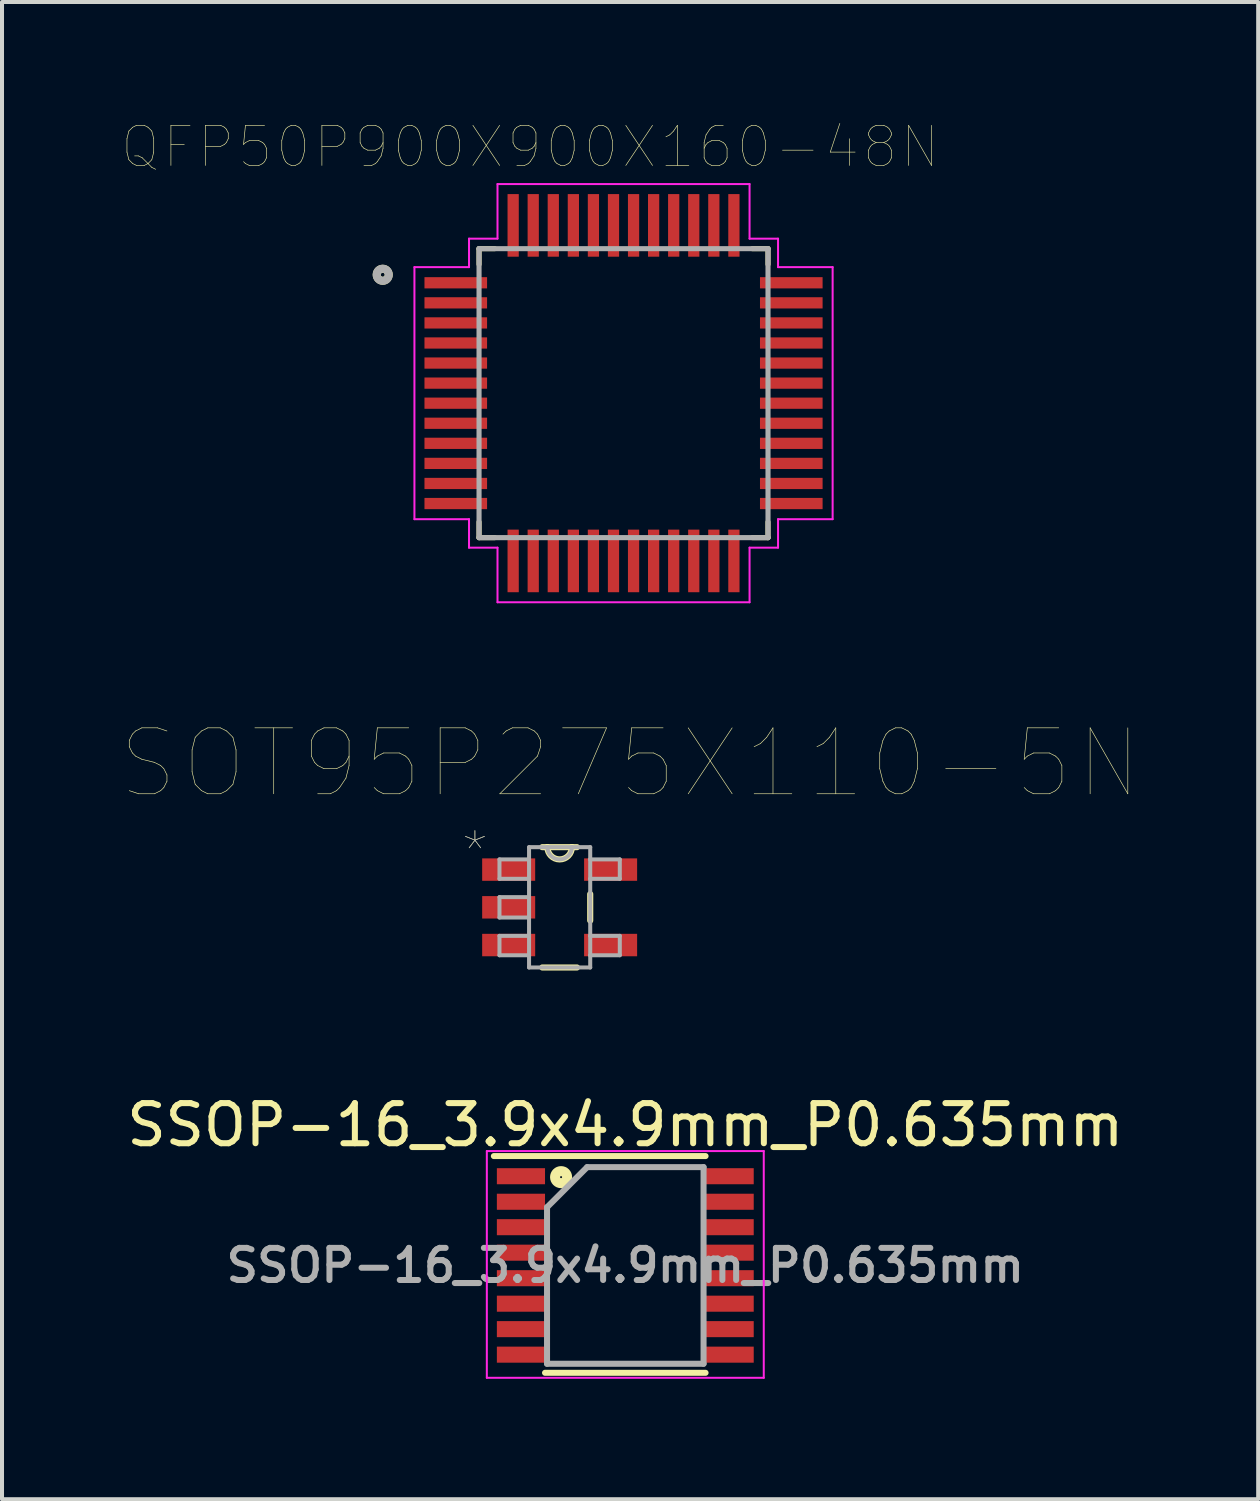
<source format=kicad_pcb>
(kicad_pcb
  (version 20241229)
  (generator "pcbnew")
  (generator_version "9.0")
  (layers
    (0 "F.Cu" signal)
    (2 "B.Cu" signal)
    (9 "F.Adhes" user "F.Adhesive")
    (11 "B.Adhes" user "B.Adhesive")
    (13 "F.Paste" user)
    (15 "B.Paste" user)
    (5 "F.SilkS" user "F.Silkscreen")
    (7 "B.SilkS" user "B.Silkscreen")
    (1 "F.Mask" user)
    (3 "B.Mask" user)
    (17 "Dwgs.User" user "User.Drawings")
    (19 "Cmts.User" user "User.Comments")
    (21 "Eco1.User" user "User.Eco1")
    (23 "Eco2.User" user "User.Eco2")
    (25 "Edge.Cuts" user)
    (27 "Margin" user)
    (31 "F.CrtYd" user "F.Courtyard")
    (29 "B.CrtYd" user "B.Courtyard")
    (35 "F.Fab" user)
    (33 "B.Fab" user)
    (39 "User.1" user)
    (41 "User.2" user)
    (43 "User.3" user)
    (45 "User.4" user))
  (footprint "SSOP-16_3.9x4.9mm_P0.635mm"
    (layer "F.Cu")
    (at 12.53 28.48)
    (property "Reference" "SSOP-16_3.9x4.9mm_P0.635mm" (at 0 -3.5 0) (layer "F.SilkS") (effects (font (size 1 1) (thickness 0.15))))
    (attr smd)
    (fp_line (start -3.275 -2.725) (end 2 -2.725) (stroke (width 0.15) (type solid)) (layer "F.SilkS"))
    (fp_line (start -2 2.675) (end 2 2.675) (stroke (width 0.15) (type solid)) (layer "F.SilkS"))
    (fp_circle (center -1.6 -2.2) (end -1.45 -2.2) (stroke (width 0.25) (type solid)) (fill no) (layer "F.SilkS"))
    (fp_line (start -3.45 -2.85) (end -3.45 2.8) (stroke (width 0.05) (type solid)) (layer "F.CrtYd"))
    (fp_line (start -3.45 -2.85) (end 3.45 -2.85) (stroke (width 0.05) (type solid)) (layer "F.CrtYd"))
    (fp_line (start -3.45 2.8) (end 3.45 2.8) (stroke (width 0.05) (type solid)) (layer "F.CrtYd"))
    (fp_line (start 3.45 -2.85) (end 3.45 2.8) (stroke (width 0.05) (type solid)) (layer "F.CrtYd"))
    (fp_line (start -1.95 -1.45) (end -0.95 -2.45) (stroke (width 0.15) (type solid)) (layer "F.Fab"))
    (fp_line (start -1.95 2.45) (end -1.95 -1.45) (stroke (width 0.15) (type solid)) (layer "F.Fab"))
    (fp_line (start -0.95 -2.45) (end 1.95 -2.45) (stroke (width 0.15) (type solid)) (layer "F.Fab"))
    (fp_line (start 1.95 -2.45) (end 1.95 2.45) (stroke (width 0.15) (type solid)) (layer "F.Fab"))
    (fp_line (start 1.95 2.45) (end -1.95 2.45) (stroke (width 0.15) (type solid)) (layer "F.Fab"))
    (fp_text user "${REFERENCE}" (at 0 0 0) (layer "F.Fab") (effects (font (size 0.8 0.8) (thickness 0.15))))
    (pad "1" smd rect (at -2.6 -2.223) (size 1.2 0.4) (layers "F.Cu" "F.Mask" "F.Paste"))
    (pad "2" smd rect (at -2.6 -1.587) (size 1.2 0.4) (layers "F.Cu" "F.Mask" "F.Paste"))
    (pad "3" smd rect (at -2.6 -0.953) (size 1.2 0.4) (layers "F.Cu" "F.Mask" "F.Paste"))
    (pad "4" smd rect (at -2.6 -0.318) (size 1.2 0.4) (layers "F.Cu" "F.Mask" "F.Paste"))
    (pad "5" smd rect (at -2.6 0.318) (size 1.2 0.4) (layers "F.Cu" "F.Mask" "F.Paste"))
    (pad "6" smd rect (at -2.6 0.953) (size 1.2 0.4) (layers "F.Cu" "F.Mask" "F.Paste"))
    (pad "7" smd rect (at -2.6 1.587) (size 1.2 0.4) (layers "F.Cu" "F.Mask" "F.Paste"))
    (pad "8" smd rect (at -2.6 2.223) (size 1.2 0.4) (layers "F.Cu" "F.Mask" "F.Paste"))
    (pad "9" smd rect (at 2.6 2.223) (size 1.2 0.4) (layers "F.Cu" "F.Mask" "F.Paste"))
    (pad "10" smd rect (at 2.6 1.587) (size 1.2 0.4) (layers "F.Cu" "F.Mask" "F.Paste"))
    (pad "11" smd rect (at 2.6 0.953) (size 1.2 0.4) (layers "F.Cu" "F.Mask" "F.Paste"))
    (pad "12" smd rect (at 2.6 0.318) (size 1.2 0.4) (layers "F.Cu" "F.Mask" "F.Paste"))
    (pad "13" smd rect (at 2.6 -0.318) (size 1.2 0.4) (layers "F.Cu" "F.Mask" "F.Paste"))
    (pad "14" smd rect (at 2.6 -0.953) (size 1.2 0.4) (layers "F.Cu" "F.Mask" "F.Paste"))
    (pad "15" smd rect (at 2.6 -1.587) (size 1.2 0.4) (layers "F.Cu" "F.Mask" "F.Paste"))
    (pad "16" smd rect (at 2.6 -2.223) (size 1.2 0.4) (layers "F.Cu" "F.Mask" "F.Paste")))
  (footprint "SOT95P275X110-5N"
    (layer "F.Cu")
    (at 10.894 19.557)
    (property "Reference" "SOT95P275X110-5N" (at 1.756 -3.588 0) (layer "F.SilkS") (effects (font (size 1.643 1.643) (thickness 0.015))))
    (attr through_hole)
    (fp_line (start -0.432 1.499) (end 0.432 1.499) (stroke (width 0.152) (type solid)) (layer "F.SilkS"))
    (fp_line (start -0.305 -1.499) (end -0.432 -1.499) (stroke (width 0.152) (type solid)) (layer "F.SilkS"))
    (fp_line (start 0.305 -1.499) (end -0.305 -1.499) (stroke (width 0.152) (type solid)) (layer "F.SilkS"))
    (fp_line (start 0.432 -1.499) (end 0.305 -1.499) (stroke (width 0.152) (type solid)) (layer "F.SilkS"))
    (fp_line (start 0.762 0.33) (end 0.762 -0.33) (stroke (width 0.152) (type solid)) (layer "F.SilkS"))
    (fp_arc (start 0.3048 -1.4986) (mid 0 -1.1938) (end -0.3048 -1.4986) (stroke (width 0.1524) (type solid)) (layer "F.SilkS"))
    (fp_line (start -1.499 -1.194) (end -1.499 -0.711) (stroke (width 0.1) (type solid)) (layer "F.Fab"))
    (fp_line (start -1.499 -0.711) (end -0.762 -0.711) (stroke (width 0.1) (type solid)) (layer "F.Fab"))
    (fp_line (start -1.499 -0.254) (end -1.499 0.254) (stroke (width 0.1) (type solid)) (layer "F.Fab"))
    (fp_line (start -1.499 0.254) (end -0.762 0.254) (stroke (width 0.1) (type solid)) (layer "F.Fab"))
    (fp_line (start -1.499 0.711) (end -1.499 1.194) (stroke (width 0.1) (type solid)) (layer "F.Fab"))
    (fp_line (start -1.499 1.194) (end -0.762 1.194) (stroke (width 0.1) (type solid)) (layer "F.Fab"))
    (fp_line (start -0.762 -1.499) (end -0.762 -1.194) (stroke (width 0.1) (type solid)) (layer "F.Fab"))
    (fp_line (start -0.762 -1.194) (end -1.499 -1.194) (stroke (width 0.1) (type solid)) (layer "F.Fab"))
    (fp_line (start -0.762 -1.194) (end -0.762 -0.711) (stroke (width 0.1) (type solid)) (layer "F.Fab"))
    (fp_line (start -0.762 -0.711) (end -0.762 -0.254) (stroke (width 0.1) (type solid)) (layer "F.Fab"))
    (fp_line (start -0.762 -0.254) (end -1.499 -0.254) (stroke (width 0.1) (type solid)) (layer "F.Fab"))
    (fp_line (start -0.762 -0.254) (end -0.762 0.254) (stroke (width 0.1) (type solid)) (layer "F.Fab"))
    (fp_line (start -0.762 0.254) (end -0.762 0.711) (stroke (width 0.1) (type solid)) (layer "F.Fab"))
    (fp_line (start -0.762 0.711) (end -1.499 0.711) (stroke (width 0.1) (type solid)) (layer "F.Fab"))
    (fp_line (start -0.762 1.194) (end -0.762 0.711) (stroke (width 0.1) (type solid)) (layer "F.Fab"))
    (fp_line (start -0.762 1.499) (end -0.762 1.194) (stroke (width 0.1) (type solid)) (layer "F.Fab"))
    (fp_line (start -0.762 1.499) (end 0.762 1.499) (stroke (width 0.1) (type solid)) (layer "F.Fab"))
    (fp_line (start -0.305 -1.499) (end -0.762 -1.499) (stroke (width 0.1) (type solid)) (layer "F.Fab"))
    (fp_line (start 0.305 -1.499) (end -0.305 -1.499) (stroke (width 0.1) (type solid)) (layer "F.Fab"))
    (fp_line (start 0.762 -1.499) (end 0.305 -1.499) (stroke (width 0.1) (type solid)) (layer "F.Fab"))
    (fp_line (start 0.762 -1.499) (end 0.762 -1.194) (stroke (width 0.1) (type solid)) (layer "F.Fab"))
    (fp_line (start 0.762 -1.194) (end 0.762 -0.711) (stroke (width 0.1) (type solid)) (layer "F.Fab"))
    (fp_line (start 0.762 -0.711) (end 1.499 -0.711) (stroke (width 0.1) (type solid)) (layer "F.Fab"))
    (fp_line (start 0.762 0.711) (end 0.762 -0.711) (stroke (width 0.1) (type solid)) (layer "F.Fab"))
    (fp_line (start 0.762 1.194) (end 0.762 0.711) (stroke (width 0.1) (type solid)) (layer "F.Fab"))
    (fp_line (start 0.762 1.194) (end 1.499 1.194) (stroke (width 0.1) (type solid)) (layer "F.Fab"))
    (fp_line (start 0.762 1.499) (end 0.762 1.194) (stroke (width 0.1) (type solid)) (layer "F.Fab"))
    (fp_line (start 1.499 -1.194) (end 0.762 -1.194) (stroke (width 0.1) (type solid)) (layer "F.Fab"))
    (fp_line (start 1.499 -0.711) (end 1.499 -1.194) (stroke (width 0.1) (type solid)) (layer "F.Fab"))
    (fp_line (start 1.499 0.711) (end 0.762 0.711) (stroke (width 0.1) (type solid)) (layer "F.Fab"))
    (fp_line (start 1.499 1.194) (end 1.499 0.711) (stroke (width 0.1) (type solid)) (layer "F.Fab"))
    (fp_arc (start 0.3048 -1.4986) (mid 0 -1.1938) (end -0.3048 -1.4986) (stroke (width 0.1) (type solid)) (layer "F.Fab"))
    (fp_text user "*" (at -2.112 -1.374 0) (layer "F.SilkS") (effects (font (size 1.002 1.002) (thickness 0.015))))
    (fp_text user "*" (at -2.109 -1.372 0) (layer "F.Fab") (effects (font (size 1 1) (thickness 0.015))))
    (pad "1" smd rect (at -1.27 -0.94) (size 1.321 0.559) (layers "F.Cu" "F.Mask" "F.Paste"))
    (pad "2" smd rect (at -1.27 0) (size 1.321 0.559) (layers "F.Cu" "F.Mask" "F.Paste"))
    (pad "3" smd rect (at -1.27 0.94) (size 1.321 0.559) (layers "F.Cu" "F.Mask" "F.Paste"))
    (pad "4" smd rect (at 1.27 0.94) (size 1.321 0.559) (layers "F.Cu" "F.Mask" "F.Paste"))
    (pad "5" smd rect (at 1.27 -0.94) (size 1.321 0.559) (layers "F.Cu" "F.Mask" "F.Paste")))
  (footprint "QFP50P900X900X160-48N"
    (layer "F.Cu")
    (at 12.486 6.746)
    (property "Reference" "QFP50P900X900X160-48N" (at -2.325 -6.135 0) (layer "F.SilkS") (effects (font (size 1 1) (thickness 0.015))))
    (attr through_hole)
    (fp_line (start -3.6 -3.6) (end -3.6 -3.21) (stroke (width 0.127) (type solid)) (layer "F.SilkS"))
    (fp_line (start -3.6 3.21) (end -3.6 3.6) (stroke (width 0.127) (type solid)) (layer "F.SilkS"))
    (fp_line (start -3.6 3.6) (end -3.21 3.6) (stroke (width 0.127) (type solid)) (layer "F.SilkS"))
    (fp_line (start -3.21 -3.6) (end -3.6 -3.6) (stroke (width 0.127) (type solid)) (layer "F.SilkS"))
    (fp_line (start 3.21 3.6) (end 3.6 3.6) (stroke (width 0.127) (type solid)) (layer "F.SilkS"))
    (fp_line (start 3.6 -3.6) (end 3.21 -3.6) (stroke (width 0.127) (type solid)) (layer "F.SilkS"))
    (fp_line (start 3.6 -3.21) (end 3.6 -3.6) (stroke (width 0.127) (type solid)) (layer "F.SilkS"))
    (fp_line (start 3.6 3.6) (end 3.6 3.21) (stroke (width 0.127) (type solid)) (layer "F.SilkS"))
    (fp_circle (center -6 -2.95) (end -5.85 -2.95) (stroke (width 0.2) (type solid)) (fill no) (layer "F.SilkS"))
    (fp_line (start -5.21 -3.14) (end -3.85 -3.14) (stroke (width 0.05) (type solid)) (layer "F.CrtYd"))
    (fp_line (start -5.21 3.14) (end -5.21 -3.14) (stroke (width 0.05) (type solid)) (layer "F.CrtYd"))
    (fp_line (start -3.85 -3.85) (end -3.14 -3.85) (stroke (width 0.05) (type solid)) (layer "F.CrtYd"))
    (fp_line (start -3.85 -3.14) (end -3.85 -3.85) (stroke (width 0.05) (type solid)) (layer "F.CrtYd"))
    (fp_line (start -3.85 3.14) (end -5.21 3.14) (stroke (width 0.05) (type solid)) (layer "F.CrtYd"))
    (fp_line (start -3.85 3.85) (end -3.85 3.14) (stroke (width 0.05) (type solid)) (layer "F.CrtYd"))
    (fp_line (start -3.14 -5.21) (end 3.14 -5.21) (stroke (width 0.05) (type solid)) (layer "F.CrtYd"))
    (fp_line (start -3.14 -3.85) (end -3.14 -5.21) (stroke (width 0.05) (type solid)) (layer "F.CrtYd"))
    (fp_line (start -3.14 3.85) (end -3.85 3.85) (stroke (width 0.05) (type solid)) (layer "F.CrtYd"))
    (fp_line (start -3.14 5.21) (end -3.14 3.85) (stroke (width 0.05) (type solid)) (layer "F.CrtYd"))
    (fp_line (start 3.14 -5.21) (end 3.14 -3.85) (stroke (width 0.05) (type solid)) (layer "F.CrtYd"))
    (fp_line (start 3.14 -3.85) (end 3.85 -3.85) (stroke (width 0.05) (type solid)) (layer "F.CrtYd"))
    (fp_line (start 3.14 3.85) (end 3.14 5.21) (stroke (width 0.05) (type solid)) (layer "F.CrtYd"))
    (fp_line (start 3.14 5.21) (end -3.14 5.21) (stroke (width 0.05) (type solid)) (layer "F.CrtYd"))
    (fp_line (start 3.85 -3.85) (end 3.85 -3.14) (stroke (width 0.05) (type solid)) (layer "F.CrtYd"))
    (fp_line (start 3.85 -3.14) (end 5.21 -3.14) (stroke (width 0.05) (type solid)) (layer "F.CrtYd"))
    (fp_line (start 3.85 3.14) (end 3.85 3.85) (stroke (width 0.05) (type solid)) (layer "F.CrtYd"))
    (fp_line (start 3.85 3.85) (end 3.14 3.85) (stroke (width 0.05) (type solid)) (layer "F.CrtYd"))
    (fp_line (start 5.21 -3.14) (end 5.21 3.14) (stroke (width 0.05) (type solid)) (layer "F.CrtYd"))
    (fp_line (start 5.21 3.14) (end 3.85 3.14) (stroke (width 0.05) (type solid)) (layer "F.CrtYd"))
    (fp_line (start -3.6 -3.6) (end 3.6 -3.6) (stroke (width 0.127) (type solid)) (layer "F.Fab"))
    (fp_line (start -3.6 3.6) (end -3.6 -3.6) (stroke (width 0.127) (type solid)) (layer "F.Fab"))
    (fp_line (start 3.6 -3.6) (end 3.6 3.6) (stroke (width 0.127) (type solid)) (layer "F.Fab"))
    (fp_line (start 3.6 3.6) (end -3.6 3.6) (stroke (width 0.127) (type solid)) (layer "F.Fab"))
    (fp_circle (center -6 -2.95) (end -5.85 -2.95) (stroke (width 0.2) (type solid)) (fill no) (layer "F.Fab"))
    (pad "1" smd rect (at -4.18 -2.75) (size 1.56 0.28) (layers "F.Cu" "F.Mask" "F.Paste"))
    (pad "2" smd rect (at -4.18 -2.25) (size 1.56 0.28) (layers "F.Cu" "F.Mask" "F.Paste"))
    (pad "3" smd rect (at -4.18 -1.75) (size 1.56 0.28) (layers "F.Cu" "F.Mask" "F.Paste"))
    (pad "4" smd rect (at -4.18 -1.25) (size 1.56 0.28) (layers "F.Cu" "F.Mask" "F.Paste"))
    (pad "5" smd rect (at -4.18 -0.75) (size 1.56 0.28) (layers "F.Cu" "F.Mask" "F.Paste"))
    (pad "6" smd rect (at -4.18 -0.25) (size 1.56 0.28) (layers "F.Cu" "F.Mask" "F.Paste"))
    (pad "7" smd rect (at -4.18 0.25) (size 1.56 0.28) (layers "F.Cu" "F.Mask" "F.Paste"))
    (pad "8" smd rect (at -4.18 0.75) (size 1.56 0.28) (layers "F.Cu" "F.Mask" "F.Paste"))
    (pad "9" smd rect (at -4.18 1.25) (size 1.56 0.28) (layers "F.Cu" "F.Mask" "F.Paste"))
    (pad "10" smd rect (at -4.18 1.75) (size 1.56 0.28) (layers "F.Cu" "F.Mask" "F.Paste"))
    (pad "11" smd rect (at -4.18 2.25) (size 1.56 0.28) (layers "F.Cu" "F.Mask" "F.Paste"))
    (pad "12" smd rect (at -4.18 2.75) (size 1.56 0.28) (layers "F.Cu" "F.Mask" "F.Paste"))
    (pad "13" smd rect (at -2.75 4.18) (size 0.28 1.56) (layers "F.Cu" "F.Mask" "F.Paste"))
    (pad "14" smd rect (at -2.25 4.18) (size 0.28 1.56) (layers "F.Cu" "F.Mask" "F.Paste"))
    (pad "15" smd rect (at -1.75 4.18) (size 0.28 1.56) (layers "F.Cu" "F.Mask" "F.Paste"))
    (pad "16" smd rect (at -1.25 4.18) (size 0.28 1.56) (layers "F.Cu" "F.Mask" "F.Paste"))
    (pad "17" smd rect (at -0.75 4.18) (size 0.28 1.56) (layers "F.Cu" "F.Mask" "F.Paste"))
    (pad "18" smd rect (at -0.25 4.18) (size 0.28 1.56) (layers "F.Cu" "F.Mask" "F.Paste"))
    (pad "19" smd rect (at 0.25 4.18) (size 0.28 1.56) (layers "F.Cu" "F.Mask" "F.Paste"))
    (pad "20" smd rect (at 0.75 4.18) (size 0.28 1.56) (layers "F.Cu" "F.Mask" "F.Paste"))
    (pad "21" smd rect (at 1.25 4.18) (size 0.28 1.56) (layers "F.Cu" "F.Mask" "F.Paste"))
    (pad "22" smd rect (at 1.75 4.18) (size 0.28 1.56) (layers "F.Cu" "F.Mask" "F.Paste"))
    (pad "23" smd rect (at 2.25 4.18) (size 0.28 1.56) (layers "F.Cu" "F.Mask" "F.Paste"))
    (pad "24" smd rect (at 2.75 4.18) (size 0.28 1.56) (layers "F.Cu" "F.Mask" "F.Paste"))
    (pad "25" smd rect (at 4.18 2.75) (size 1.56 0.28) (layers "F.Cu" "F.Mask" "F.Paste"))
    (pad "26" smd rect (at 4.18 2.25) (size 1.56 0.28) (layers "F.Cu" "F.Mask" "F.Paste"))
    (pad "27" smd rect (at 4.18 1.75) (size 1.56 0.28) (layers "F.Cu" "F.Mask" "F.Paste"))
    (pad "28" smd rect (at 4.18 1.25) (size 1.56 0.28) (layers "F.Cu" "F.Mask" "F.Paste"))
    (pad "29" smd rect (at 4.18 0.75) (size 1.56 0.28) (layers "F.Cu" "F.Mask" "F.Paste"))
    (pad "30" smd rect (at 4.18 0.25) (size 1.56 0.28) (layers "F.Cu" "F.Mask" "F.Paste"))
    (pad "31" smd rect (at 4.18 -0.25) (size 1.56 0.28) (layers "F.Cu" "F.Mask" "F.Paste"))
    (pad "32" smd rect (at 4.18 -0.75) (size 1.56 0.28) (layers "F.Cu" "F.Mask" "F.Paste"))
    (pad "33" smd rect (at 4.18 -1.25) (size 1.56 0.28) (layers "F.Cu" "F.Mask" "F.Paste"))
    (pad "34" smd rect (at 4.18 -1.75) (size 1.56 0.28) (layers "F.Cu" "F.Mask" "F.Paste"))
    (pad "35" smd rect (at 4.18 -2.25) (size 1.56 0.28) (layers "F.Cu" "F.Mask" "F.Paste"))
    (pad "36" smd rect (at 4.18 -2.75) (size 1.56 0.28) (layers "F.Cu" "F.Mask" "F.Paste"))
    (pad "37" smd rect (at 2.75 -4.18) (size 0.28 1.56) (layers "F.Cu" "F.Mask" "F.Paste"))
    (pad "38" smd rect (at 2.25 -4.18) (size 0.28 1.56) (layers "F.Cu" "F.Mask" "F.Paste"))
    (pad "39" smd rect (at 1.75 -4.18) (size 0.28 1.56) (layers "F.Cu" "F.Mask" "F.Paste"))
    (pad "40" smd rect (at 1.25 -4.18) (size 0.28 1.56) (layers "F.Cu" "F.Mask" "F.Paste"))
    (pad "41" smd rect (at 0.75 -4.18) (size 0.28 1.56) (layers "F.Cu" "F.Mask" "F.Paste"))
    (pad "42" smd rect (at 0.25 -4.18) (size 0.28 1.56) (layers "F.Cu" "F.Mask" "F.Paste"))
    (pad "43" smd rect (at -0.25 -4.18) (size 0.28 1.56) (layers "F.Cu" "F.Mask" "F.Paste"))
    (pad "44" smd rect (at -0.75 -4.18) (size 0.28 1.56) (layers "F.Cu" "F.Mask" "F.Paste"))
    (pad "45" smd rect (at -1.25 -4.18) (size 0.28 1.56) (layers "F.Cu" "F.Mask" "F.Paste"))
    (pad "46" smd rect (at -1.75 -4.18) (size 0.28 1.56) (layers "F.Cu" "F.Mask" "F.Paste"))
    (pad "47" smd rect (at -2.25 -4.18) (size 0.28 1.56) (layers "F.Cu" "F.Mask" "F.Paste"))
    (pad "48" smd rect (at -2.75 -4.18) (size 0.28 1.56) (layers "F.Cu" "F.Mask" "F.Paste")))
  (gr_rect
    (start -3 -3)
    (end 28.299 34.305)
    (stroke (width 0.1) (type default))
    (fill no)
    (layer "Edge.Cuts")))
</source>
